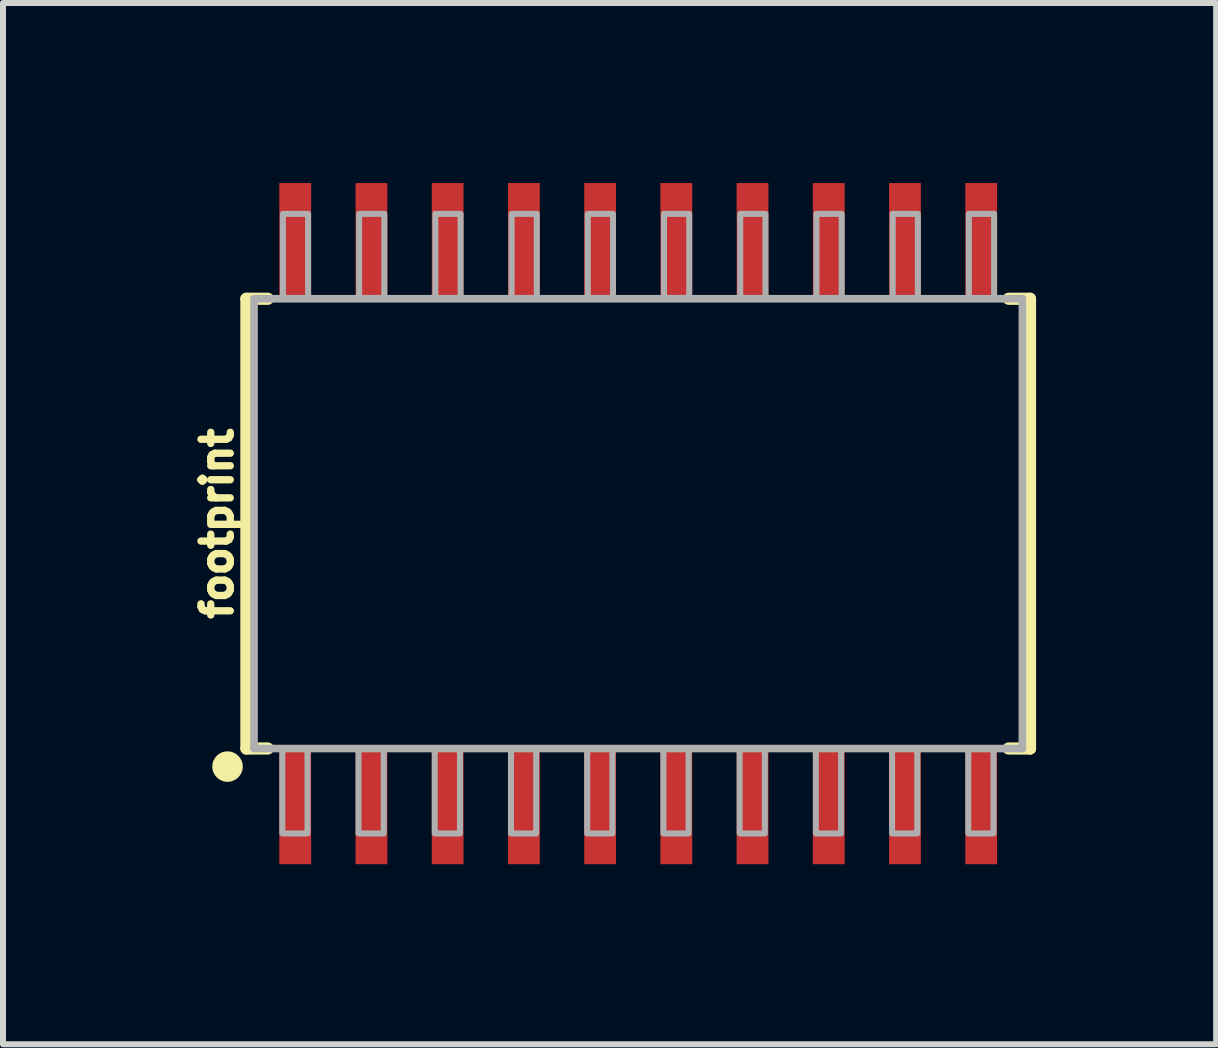
<source format=kicad_pcb>
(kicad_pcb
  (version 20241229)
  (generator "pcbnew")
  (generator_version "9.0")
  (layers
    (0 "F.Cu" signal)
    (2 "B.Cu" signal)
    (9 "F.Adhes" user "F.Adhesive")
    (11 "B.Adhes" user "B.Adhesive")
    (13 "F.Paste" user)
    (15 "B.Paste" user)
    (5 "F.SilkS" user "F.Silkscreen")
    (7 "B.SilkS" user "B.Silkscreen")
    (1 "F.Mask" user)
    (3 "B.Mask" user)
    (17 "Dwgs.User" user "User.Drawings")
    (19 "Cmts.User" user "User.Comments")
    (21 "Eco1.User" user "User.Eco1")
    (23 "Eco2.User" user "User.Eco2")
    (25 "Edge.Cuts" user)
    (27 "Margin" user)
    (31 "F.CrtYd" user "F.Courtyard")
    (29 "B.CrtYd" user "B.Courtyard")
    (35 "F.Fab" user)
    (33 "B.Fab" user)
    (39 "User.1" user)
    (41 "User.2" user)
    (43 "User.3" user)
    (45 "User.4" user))
  (footprint "footprint"
    (layer "F.Cu")
    (at 7.584 5.675)
    (property "Reference" "footprint" (at -6.731 0 90) (layer "F.SilkS") (effects (font (size 0.488 0.488) (thickness 0.122)) (justify bottom)))
    (fp_line (start -6.528 -3.747) (end -6.528 3.747) (stroke (width 0.203) (type solid)) (layer "F.SilkS"))
    (fp_line (start -6.528 -3.747) (end -6.172 -3.747) (stroke (width 0.203) (type solid)) (layer "F.SilkS"))
    (fp_line (start -6.528 3.747) (end -6.172 3.747) (stroke (width 0.203) (type solid)) (layer "F.SilkS"))
    (fp_line (start 6.528 -3.747) (end 6.172 -3.747) (stroke (width 0.203) (type solid)) (layer "F.SilkS"))
    (fp_line (start 6.528 3.747) (end 6.172 3.747) (stroke (width 0.203) (type solid)) (layer "F.SilkS"))
    (fp_line (start 6.528 3.747) (end 6.528 -3.747) (stroke (width 0.203) (type solid)) (layer "F.SilkS"))
    (fp_circle (center -6.843 4.048) (end -6.716 4.048) (stroke (width 0.254) (type solid)) (fill yes) (layer "F.SilkS"))
    (fp_line (start -6.401 -3.747) (end -6.401 3.747) (stroke (width 0.127) (type solid)) (layer "F.Fab"))
    (fp_line (start -6.401 3.747) (end 6.401 3.747) (stroke (width 0.127) (type solid)) (layer "F.Fab"))
    (fp_line (start 6.401 -3.747) (end -6.401 -3.747) (stroke (width 0.127) (type solid)) (layer "F.Fab"))
    (fp_line (start 6.401 3.747) (end 6.401 -3.747) (stroke (width 0.127) (type solid)) (layer "F.Fab"))
    (fp_poly (pts (xy -5.92 -3.747) (xy -5.5 -3.747) (xy -5.5 -5.162) (xy -5.92 -5.162)) (stroke (width 0.1) (type solid)) (fill no) (layer "F.Fab"))
    (fp_poly (pts (xy -5.51 3.747) (xy -5.93 3.747) (xy -5.93 5.162) (xy -5.51 5.162)) (stroke (width 0.1) (type solid)) (fill no) (layer "F.Fab"))
    (fp_poly (pts (xy -4.65 -3.747) (xy -4.23 -3.747) (xy -4.23 -5.162) (xy -4.65 -5.162)) (stroke (width 0.1) (type solid)) (fill no) (layer "F.Fab"))
    (fp_poly (pts (xy -4.24 3.747) (xy -4.66 3.747) (xy -4.66 5.162) (xy -4.24 5.162)) (stroke (width 0.1) (type solid)) (fill no) (layer "F.Fab"))
    (fp_poly (pts (xy -3.38 -3.747) (xy -2.96 -3.747) (xy -2.96 -5.162) (xy -3.38 -5.162)) (stroke (width 0.1) (type solid)) (fill no) (layer "F.Fab"))
    (fp_poly (pts (xy -2.97 3.747) (xy -3.39 3.747) (xy -3.39 5.162) (xy -2.97 5.162)) (stroke (width 0.1) (type solid)) (fill no) (layer "F.Fab"))
    (fp_poly (pts (xy -2.11 -3.747) (xy -1.69 -3.747) (xy -1.69 -5.162) (xy -2.11 -5.162)) (stroke (width 0.1) (type solid)) (fill no) (layer "F.Fab"))
    (fp_poly (pts (xy -1.7 3.747) (xy -2.12 3.747) (xy -2.12 5.162) (xy -1.7 5.162)) (stroke (width 0.1) (type solid)) (fill no) (layer "F.Fab"))
    (fp_poly (pts (xy -0.84 -3.747) (xy -0.42 -3.747) (xy -0.42 -5.162) (xy -0.84 -5.162)) (stroke (width 0.1) (type solid)) (fill no) (layer "F.Fab"))
    (fp_poly (pts (xy -0.43 3.747) (xy -0.85 3.747) (xy -0.85 5.162) (xy -0.43 5.162)) (stroke (width 0.1) (type solid)) (fill no) (layer "F.Fab"))
    (fp_poly (pts (xy 0.43 -3.747) (xy 0.85 -3.747) (xy 0.85 -5.162) (xy 0.43 -5.162)) (stroke (width 0.1) (type solid)) (fill no) (layer "F.Fab"))
    (fp_poly (pts (xy 0.84 3.747) (xy 0.42 3.747) (xy 0.42 5.162) (xy 0.84 5.162)) (stroke (width 0.1) (type solid)) (fill no) (layer "F.Fab"))
    (fp_poly (pts (xy 1.7 -3.747) (xy 2.12 -3.747) (xy 2.12 -5.162) (xy 1.7 -5.162)) (stroke (width 0.1) (type solid)) (fill no) (layer "F.Fab"))
    (fp_poly (pts (xy 2.11 3.747) (xy 1.69 3.747) (xy 1.69 5.162) (xy 2.11 5.162)) (stroke (width 0.1) (type solid)) (fill no) (layer "F.Fab"))
    (fp_poly (pts (xy 2.97 -3.747) (xy 3.39 -3.747) (xy 3.39 -5.162) (xy 2.97 -5.162)) (stroke (width 0.1) (type solid)) (fill no) (layer "F.Fab"))
    (fp_poly (pts (xy 3.38 3.747) (xy 2.96 3.747) (xy 2.96 5.162) (xy 3.38 5.162)) (stroke (width 0.1) (type solid)) (fill no) (layer "F.Fab"))
    (fp_poly (pts (xy 4.24 -3.747) (xy 4.66 -3.747) (xy 4.66 -5.162) (xy 4.24 -5.162)) (stroke (width 0.1) (type solid)) (fill no) (layer "F.Fab"))
    (fp_poly (pts (xy 4.65 3.747) (xy 4.23 3.747) (xy 4.23 5.162) (xy 4.65 5.162)) (stroke (width 0.1) (type solid)) (fill no) (layer "F.Fab"))
    (fp_poly (pts (xy 5.51 -3.747) (xy 5.93 -3.747) (xy 5.93 -5.162) (xy 5.51 -5.162)) (stroke (width 0.1) (type solid)) (fill no) (layer "F.Fab"))
    (fp_poly (pts (xy 5.92 3.747) (xy 5.5 3.747) (xy 5.5 5.162) (xy 5.92 5.162)) (stroke (width 0.1) (type solid)) (fill no) (layer "F.Fab"))
    (pad "1" smd rect (at -5.715 4.685 180) (size 0.53 1.98) (layers "F.Cu" "F.Mask" "F.Paste"))
    (pad "2" smd rect (at -4.445 4.685 180) (size 0.53 1.98) (layers "F.Cu" "F.Mask" "F.Paste"))
    (pad "3" smd rect (at -3.175 4.685 180) (size 0.53 1.98) (layers "F.Cu" "F.Mask" "F.Paste"))
    (pad "4" smd rect (at -1.905 4.685 180) (size 0.53 1.98) (layers "F.Cu" "F.Mask" "F.Paste"))
    (pad "5" smd rect (at -0.635 4.685 180) (size 0.53 1.98) (layers "F.Cu" "F.Mask" "F.Paste"))
    (pad "6" smd rect (at 0.635 4.685 180) (size 0.53 1.98) (layers "F.Cu" "F.Mask" "F.Paste"))
    (pad "7" smd rect (at 1.905 4.685 180) (size 0.53 1.98) (layers "F.Cu" "F.Mask" "F.Paste"))
    (pad "8" smd rect (at 3.175 4.685 180) (size 0.53 1.98) (layers "F.Cu" "F.Mask" "F.Paste"))
    (pad "9" smd rect (at 4.445 4.685 180) (size 0.53 1.98) (layers "F.Cu" "F.Mask" "F.Paste"))
    (pad "10" smd rect (at 5.715 4.685 180) (size 0.53 1.98) (layers "F.Cu" "F.Mask" "F.Paste"))
    (pad "11" smd rect (at 5.715 -4.685 180) (size 0.53 1.98) (layers "F.Cu" "F.Mask" "F.Paste"))
    (pad "12" smd rect (at 4.445 -4.685 180) (size 0.53 1.98) (layers "F.Cu" "F.Mask" "F.Paste"))
    (pad "13" smd rect (at 3.175 -4.685 180) (size 0.53 1.98) (layers "F.Cu" "F.Mask" "F.Paste"))
    (pad "14" smd rect (at 1.905 -4.685 180) (size 0.53 1.98) (layers "F.Cu" "F.Mask" "F.Paste"))
    (pad "15" smd rect (at 0.635 -4.685 180) (size 0.53 1.98) (layers "F.Cu" "F.Mask" "F.Paste"))
    (pad "16" smd rect (at -0.635 -4.685 180) (size 0.53 1.98) (layers "F.Cu" "F.Mask" "F.Paste"))
    (pad "17" smd rect (at -1.905 -4.685 180) (size 0.53 1.98) (layers "F.Cu" "F.Mask" "F.Paste"))
    (pad "18" smd rect (at -3.175 -4.685 180) (size 0.53 1.98) (layers "F.Cu" "F.Mask" "F.Paste"))
    (pad "19" smd rect (at -4.445 -4.685 180) (size 0.53 1.98) (layers "F.Cu" "F.Mask" "F.Paste"))
    (pad "20" smd rect (at -5.715 -4.685 180) (size 0.53 1.98) (layers "F.Cu" "F.Mask" "F.Paste")))
  (gr_rect
    (start -3 -3)
    (end 17.214 14.35)
    (stroke (width 0.1) (type default))
    (fill no)
    (layer "Edge.Cuts")))
</source>
